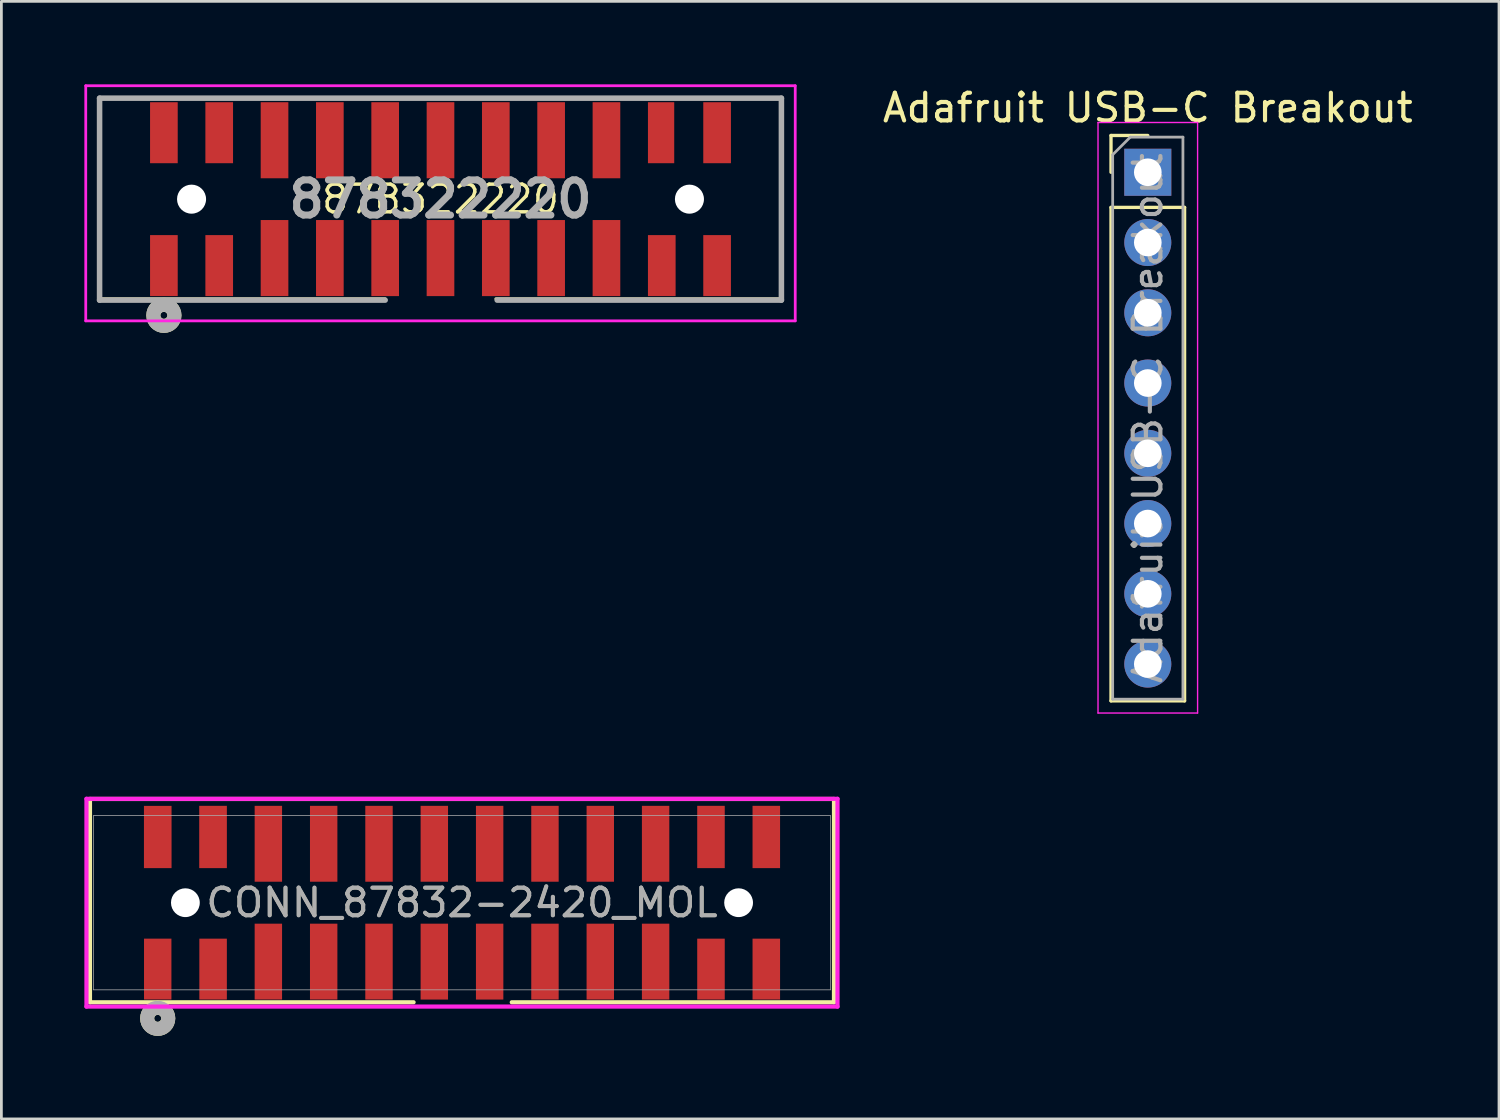
<source format=kicad_pcb>
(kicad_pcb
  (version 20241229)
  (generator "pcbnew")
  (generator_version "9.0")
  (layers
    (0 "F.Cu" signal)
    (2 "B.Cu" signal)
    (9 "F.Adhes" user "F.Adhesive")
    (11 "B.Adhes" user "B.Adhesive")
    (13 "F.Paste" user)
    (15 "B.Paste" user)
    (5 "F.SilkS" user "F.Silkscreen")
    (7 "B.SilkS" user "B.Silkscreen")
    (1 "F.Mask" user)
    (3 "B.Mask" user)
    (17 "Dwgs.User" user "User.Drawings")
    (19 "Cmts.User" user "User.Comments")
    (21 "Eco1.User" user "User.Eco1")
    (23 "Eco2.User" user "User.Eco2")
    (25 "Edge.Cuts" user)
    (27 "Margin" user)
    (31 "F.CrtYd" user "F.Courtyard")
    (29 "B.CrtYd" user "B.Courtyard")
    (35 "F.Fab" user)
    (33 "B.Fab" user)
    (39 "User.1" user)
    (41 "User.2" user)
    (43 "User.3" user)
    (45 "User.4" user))
  (footprint "CONN_87832-2420_MOL"
    (layer "F.Cu")
    (at 13.652 29.585)
    (property "Reference" "CONN_87832-2420_MOL" (at 0 0 0) (layer "F.SilkS") (effects (font (size 1 1) (thickness 0.125))))
    (attr smd)
    (fp_line (start -13.45 -3.75) (end -13.45 3.6) (stroke (width 0.152) (type solid)) (layer "F.SilkS"))
    (fp_line (start -13.45 3.6) (end -1.75 3.6) (stroke (width 0.152) (type solid)) (layer "F.SilkS"))
    (fp_line (start 1.8 3.6) (end 13.449 3.6) (stroke (width 0.152) (type solid)) (layer "F.SilkS"))
    (fp_line (start 13.449 3.6) (end 13.45 -3.75) (stroke (width 0.152) (type solid)) (layer "F.SilkS"))
    (fp_line (start 13.45 -3.75) (end -13.45 -3.75) (stroke (width 0.152) (type solid)) (layer "F.SilkS"))
    (fp_circle (center -11 4.181) (end -10.619 4.181) (stroke (width 0.508) (type solid)) (fill no) (layer "F.SilkS"))
    (fp_line (start -13.576 -3.756) (end -13.576 3.756) (stroke (width 0.152) (type solid)) (layer "F.CrtYd"))
    (fp_line (start -13.576 3.756) (end 13.576 3.756) (stroke (width 0.152) (type solid)) (layer "F.CrtYd"))
    (fp_line (start 13.576 -3.756) (end -13.576 -3.756) (stroke (width 0.152) (type solid)) (layer "F.CrtYd"))
    (fp_line (start 13.576 3.756) (end 13.576 -3.756) (stroke (width 0.152) (type solid)) (layer "F.CrtYd"))
    (fp_line (start -13.322 -3.15) (end -13.322 3.15) (stroke (width 0.025) (type solid)) (layer "F.Fab"))
    (fp_line (start -13.322 3.15) (end 13.322 3.15) (stroke (width 0.025) (type solid)) (layer "F.Fab"))
    (fp_line (start 13.322 -3.15) (end -13.322 -3.15) (stroke (width 0.025) (type solid)) (layer "F.Fab"))
    (fp_line (start 13.322 3.15) (end 13.322 -3.15) (stroke (width 0.025) (type solid)) (layer "F.Fab"))
    (fp_circle (center -11 4.181) (end -10.619 4.181) (stroke (width 0.508) (type solid)) (fill no) (layer "F.Fab"))
    (fp_text user "${REFERENCE}" (at 0 0 0) (unlocked yes) (layer "F.Fab") (effects (font (size 1 1) (thickness 0.15))))
    (pad "" np_thru_hole circle (at -10 0) (size 1.041 1.041) (drill 1.041) (layers "*.Cu" "*.Mask"))
    (pad "" np_thru_hole circle (at 10 0) (size 1.041 1.041) (drill 1.041) (layers "*.Cu" "*.Mask"))
    (pad "1" smd rect (at -11 2.4) (size 0.991 2.201) (layers "F.Cu" "F.Mask" "F.Paste"))
    (pad "2" smd rect (at -10.999 -2.375) (size 0.998 2.25) (layers "F.Cu" "F.Mask" "F.Paste"))
    (pad "3" smd rect (at -8.998 2.401) (size 0.995 2.202) (layers "F.Cu" "F.Mask" "F.Paste"))
    (pad "4" smd rect (at -9 -2.376) (size 1 2.252) (layers "F.Cu" "F.Mask" "F.Paste"))
    (pad "5" smd rect (at -7 2.13) (size 0.991 2.743) (layers "F.Cu" "F.Mask" "F.Paste"))
    (pad "6" smd rect (at -7 -2.13) (size 0.991 2.743) (layers "F.Cu" "F.Mask" "F.Paste"))
    (pad "7" smd rect (at -5 2.13) (size 0.991 2.743) (layers "F.Cu" "F.Mask" "F.Paste"))
    (pad "8" smd rect (at -5 -2.13) (size 0.991 2.743) (layers "F.Cu" "F.Mask" "F.Paste"))
    (pad "9" smd rect (at -3 2.13) (size 0.991 2.743) (layers "F.Cu" "F.Mask" "F.Paste"))
    (pad "10" smd rect (at -3 -2.13) (size 0.991 2.743) (layers "F.Cu" "F.Mask" "F.Paste"))
    (pad "11" smd rect (at -1 2.13) (size 0.991 2.743) (layers "F.Cu" "F.Mask" "F.Paste"))
    (pad "12" smd rect (at -1 -2.13) (size 0.991 2.743) (layers "F.Cu" "F.Mask" "F.Paste"))
    (pad "13" smd rect (at 1 2.13) (size 0.991 2.743) (layers "F.Cu" "F.Mask" "F.Paste"))
    (pad "14" smd rect (at 1 -2.13) (size 0.991 2.743) (layers "F.Cu" "F.Mask" "F.Paste"))
    (pad "15" smd rect (at 3 2.13) (size 0.991 2.743) (layers "F.Cu" "F.Mask" "F.Paste"))
    (pad "16" smd rect (at 3 -2.13) (size 0.991 2.743) (layers "F.Cu" "F.Mask" "F.Paste"))
    (pad "17" smd rect (at 5 2.13) (size 0.991 2.743) (layers "F.Cu" "F.Mask" "F.Paste"))
    (pad "18" smd rect (at 5 -2.13) (size 0.991 2.743) (layers "F.Cu" "F.Mask" "F.Paste"))
    (pad "19" smd rect (at 7 2.13) (size 0.991 2.743) (layers "F.Cu" "F.Mask" "F.Paste"))
    (pad "20" smd rect (at 7 -2.13) (size 0.991 2.743) (layers "F.Cu" "F.Mask" "F.Paste"))
    (pad "21" smd rect (at 9.002 2.401) (size 0.995 2.202) (layers "F.Cu" "F.Mask" "F.Paste"))
    (pad "22" smd rect (at 9.002 -2.376) (size 0.995 2.252) (layers "F.Cu" "F.Mask" "F.Paste"))
    (pad "23" smd rect (at 11.002 2.401) (size 0.995 2.202) (layers "F.Cu" "F.Mask" "F.Paste"))
    (pad "24" smd rect (at 11.002 -2.376) (size 0.995 2.252) (layers "F.Cu" "F.Mask" "F.Paste")))
  (footprint "878322220"
    (layer "F.Cu")
    (at 12.875 4.15)
    (property "Reference" "878322220" (at 0 0 0) (layer "F.SilkS") (effects (font (size 1 1) (thickness 0.125))))
    (attr smd)
    (fp_line (start -12.325 -3.65) (end -12.325 3.6) (stroke (width 0.1) (type solid)) (layer "F.SilkS"))
    (fp_line (start -12.325 3.6) (end -2 3.6) (stroke (width 0.1) (type solid)) (layer "F.SilkS"))
    (fp_line (start 12.3 -3.65) (end -12.325 -3.65) (stroke (width 0.1) (type solid)) (layer "F.SilkS"))
    (fp_line (start 12.3 -3.65) (end 12.3 3.6) (stroke (width 0.1) (type solid)) (layer "F.SilkS"))
    (fp_line (start 12.3 3.6) (end 2 3.6) (stroke (width 0.1) (type solid)) (layer "F.SilkS"))
    (fp_circle (center -10 4.2) (end -9.619 4.2) (stroke (width 0.508) (type solid)) (fill no) (layer "F.SilkS"))
    (fp_line (start -12.825 -4.1) (end 12.825 -4.1) (stroke (width 0.1) (type solid)) (layer "F.CrtYd"))
    (fp_line (start -12.825 4.4) (end -12.825 -4.1) (stroke (width 0.1) (type solid)) (layer "F.CrtYd"))
    (fp_line (start 12.825 -4.1) (end 12.825 4.4) (stroke (width 0.1) (type solid)) (layer "F.CrtYd"))
    (fp_line (start 12.825 4.4) (end -12.825 4.4) (stroke (width 0.1) (type solid)) (layer "F.CrtYd"))
    (fp_line (start -12.325 -3.65) (end 12.325 -3.65) (stroke (width 0.2) (type solid)) (layer "F.Fab"))
    (fp_line (start -12.325 3.65) (end -12.325 -3.65) (stroke (width 0.2) (type solid)) (layer "F.Fab"))
    (fp_line (start -2 3.65) (end -12.325 3.65) (stroke (width 0.2) (type solid)) (layer "F.Fab"))
    (fp_line (start 12.325 -3.65) (end 12.325 3.65) (stroke (width 0.2) (type solid)) (layer "F.Fab"))
    (fp_line (start 12.325 3.65) (end 2.05 3.65) (stroke (width 0.2) (type solid)) (layer "F.Fab"))
    (fp_circle (center -10 4.2) (end -9.619 4.2) (stroke (width 0.508) (type solid)) (fill no) (layer "F.Fab"))
    (fp_text user "${REFERENCE}" (at 0 0 0) (layer "F.Fab") (effects (font (size 1.27 1.27) (thickness 0.254))))
    (pad "" np_thru_hole circle (at -9 0) (size 1.05 1.05) (drill 1.05) (layers "*.Cu" "*.Mask"))
    (pad "" np_thru_hole circle (at 9 0) (size 1.05 1.05) (drill 1.05) (layers "*.Cu" "*.Mask"))
    (pad "1" smd rect (at -10 2.402) (size 1 2.205) (layers "F.Cu" "F.Mask" "F.Paste"))
    (pad "2" smd rect (at -10 -2.402) (size 1 2.205) (layers "F.Cu" "F.Mask" "F.Paste"))
    (pad "3" smd rect (at -8 2.402) (size 1 2.205) (layers "F.Cu" "F.Mask" "F.Paste"))
    (pad "4" smd rect (at -8 -2.402) (size 1 2.205) (layers "F.Cu" "F.Mask" "F.Paste"))
    (pad "5" smd rect (at -6 2.13) (size 1 2.75) (layers "F.Cu" "F.Mask" "F.Paste"))
    (pad "6" smd rect (at -6 -2.13) (size 1 2.75) (layers "F.Cu" "F.Mask" "F.Paste"))
    (pad "7" smd rect (at -4 2.13) (size 1 2.75) (layers "F.Cu" "F.Mask" "F.Paste"))
    (pad "8" smd rect (at -4 -2.13) (size 1 2.75) (layers "F.Cu" "F.Mask" "F.Paste"))
    (pad "9" smd rect (at -2 2.13) (size 1 2.75) (layers "F.Cu" "F.Mask" "F.Paste"))
    (pad "10" smd rect (at -2 -2.13) (size 1 2.75) (layers "F.Cu" "F.Mask" "F.Paste"))
    (pad "11" smd rect (at 0 2.13) (size 1 2.75) (layers "F.Cu" "F.Mask" "F.Paste"))
    (pad "12" smd rect (at 0 -2.13) (size 1 2.75) (layers "F.Cu" "F.Mask" "F.Paste"))
    (pad "13" smd rect (at 2 2.13) (size 1 2.75) (layers "F.Cu" "F.Mask" "F.Paste"))
    (pad "14" smd rect (at 2 -2.13) (size 1 2.75) (layers "F.Cu" "F.Mask" "F.Paste"))
    (pad "15" smd rect (at 4 2.13) (size 1 2.75) (layers "F.Cu" "F.Mask" "F.Paste"))
    (pad "16" smd rect (at 4 -2.13) (size 1 2.75) (layers "F.Cu" "F.Mask" "F.Paste"))
    (pad "17" smd rect (at 6 2.13) (size 1 2.75) (layers "F.Cu" "F.Mask" "F.Paste"))
    (pad "18" smd rect (at 6 -2.13) (size 1 2.75) (layers "F.Cu" "F.Mask" "F.Paste"))
    (pad "19" smd rect (at 8 2.402) (size 1 2.205) (layers "F.Cu" "F.Mask" "F.Paste"))
    (pad "20" smd rect (at 7.975 -2.402) (size 0.95 2.205) (layers "F.Cu" "F.Mask" "F.Paste"))
    (pad "21" smd rect (at 10 2.402) (size 1 2.205) (layers "F.Cu" "F.Mask" "F.Paste"))
    (pad "22" smd rect (at 10 -2.402) (size 1 2.205) (layers "F.Cu" "F.Mask" "F.Paste")))
  (footprint "Adafruit USB-C Breakout"
    (layer "F.Cu")
    (at 38.446 3.178)
    (property "Reference" "Adafruit USB-C Breakout" (at 0 -2.33 0) (layer "F.SilkS") (effects (font (size 1 1) (thickness 0.15))))
    (attr through_hole)
    (fp_line (start -1.33 -1.33) (end 0 -1.33) (stroke (width 0.12) (type solid)) (layer "F.SilkS"))
    (fp_line (start -1.33 0) (end -1.33 -1.33) (stroke (width 0.12) (type solid)) (layer "F.SilkS"))
    (fp_line (start -1.33 1.27) (end -1.33 19.11) (stroke (width 0.12) (type solid)) (layer "F.SilkS"))
    (fp_line (start -1.33 1.27) (end 1.33 1.27) (stroke (width 0.12) (type solid)) (layer "F.SilkS"))
    (fp_line (start -1.33 19.11) (end 1.33 19.11) (stroke (width 0.12) (type solid)) (layer "F.SilkS"))
    (fp_line (start 1.33 1.27) (end 1.33 19.11) (stroke (width 0.12) (type solid)) (layer "F.SilkS"))
    (fp_line (start -1.8 -1.8) (end -1.8 19.55) (stroke (width 0.05) (type solid)) (layer "F.CrtYd"))
    (fp_line (start -1.8 19.55) (end 1.8 19.55) (stroke (width 0.05) (type solid)) (layer "F.CrtYd"))
    (fp_line (start 1.8 -1.8) (end -1.8 -1.8) (stroke (width 0.05) (type solid)) (layer "F.CrtYd"))
    (fp_line (start 1.8 19.55) (end 1.8 -1.8) (stroke (width 0.05) (type solid)) (layer "F.CrtYd"))
    (fp_line (start -1.27 -0.635) (end -0.635 -1.27) (stroke (width 0.1) (type solid)) (layer "F.Fab"))
    (fp_line (start -1.27 19.05) (end -1.27 -0.635) (stroke (width 0.1) (type solid)) (layer "F.Fab"))
    (fp_line (start -0.635 -1.27) (end 1.27 -1.27) (stroke (width 0.1) (type solid)) (layer "F.Fab"))
    (fp_line (start 1.27 -1.27) (end 1.27 19.05) (stroke (width 0.1) (type solid)) (layer "F.Fab"))
    (fp_line (start 1.27 19.05) (end -1.27 19.05) (stroke (width 0.1) (type solid)) (layer "F.Fab"))
    (fp_text user "${REFERENCE}" (at 0 8.89 90) (layer "F.Fab") (effects (font (size 1 1) (thickness 0.15))))
    (pad "1" thru_hole rect (at 0 0) (size 1.7 1.7) (drill 1) (layers "*.Cu" "*.Mask"))
    (pad "2" thru_hole oval (at 0 2.54) (size 1.7 1.7) (drill 1) (layers "*.Cu" "*.Mask"))
    (pad "3" thru_hole oval (at 0 5.08) (size 1.7 1.7) (drill 1) (layers "*.Cu" "*.Mask"))
    (pad "4" thru_hole oval (at 0 7.62) (size 1.7 1.7) (drill 1) (layers "*.Cu" "*.Mask"))
    (pad "5" thru_hole oval (at 0 10.16) (size 1.7 1.7) (drill 1) (layers "*.Cu" "*.Mask"))
    (pad "6" thru_hole oval (at 0 12.7) (size 1.7 1.7) (drill 1) (layers "*.Cu" "*.Mask"))
    (pad "7" thru_hole oval (at 0 15.24) (size 1.7 1.7) (drill 1) (layers "*.Cu" "*.Mask"))
    (pad "8" thru_hole oval (at 0 17.78) (size 1.7 1.7) (drill 1) (layers "*.Cu" "*.Mask")))
  (gr_rect
    (start -3 -3)
    (end 51.143 37.401)
    (stroke (width 0.1) (type default))
    (fill no)
    (layer "Edge.Cuts")))
</source>
